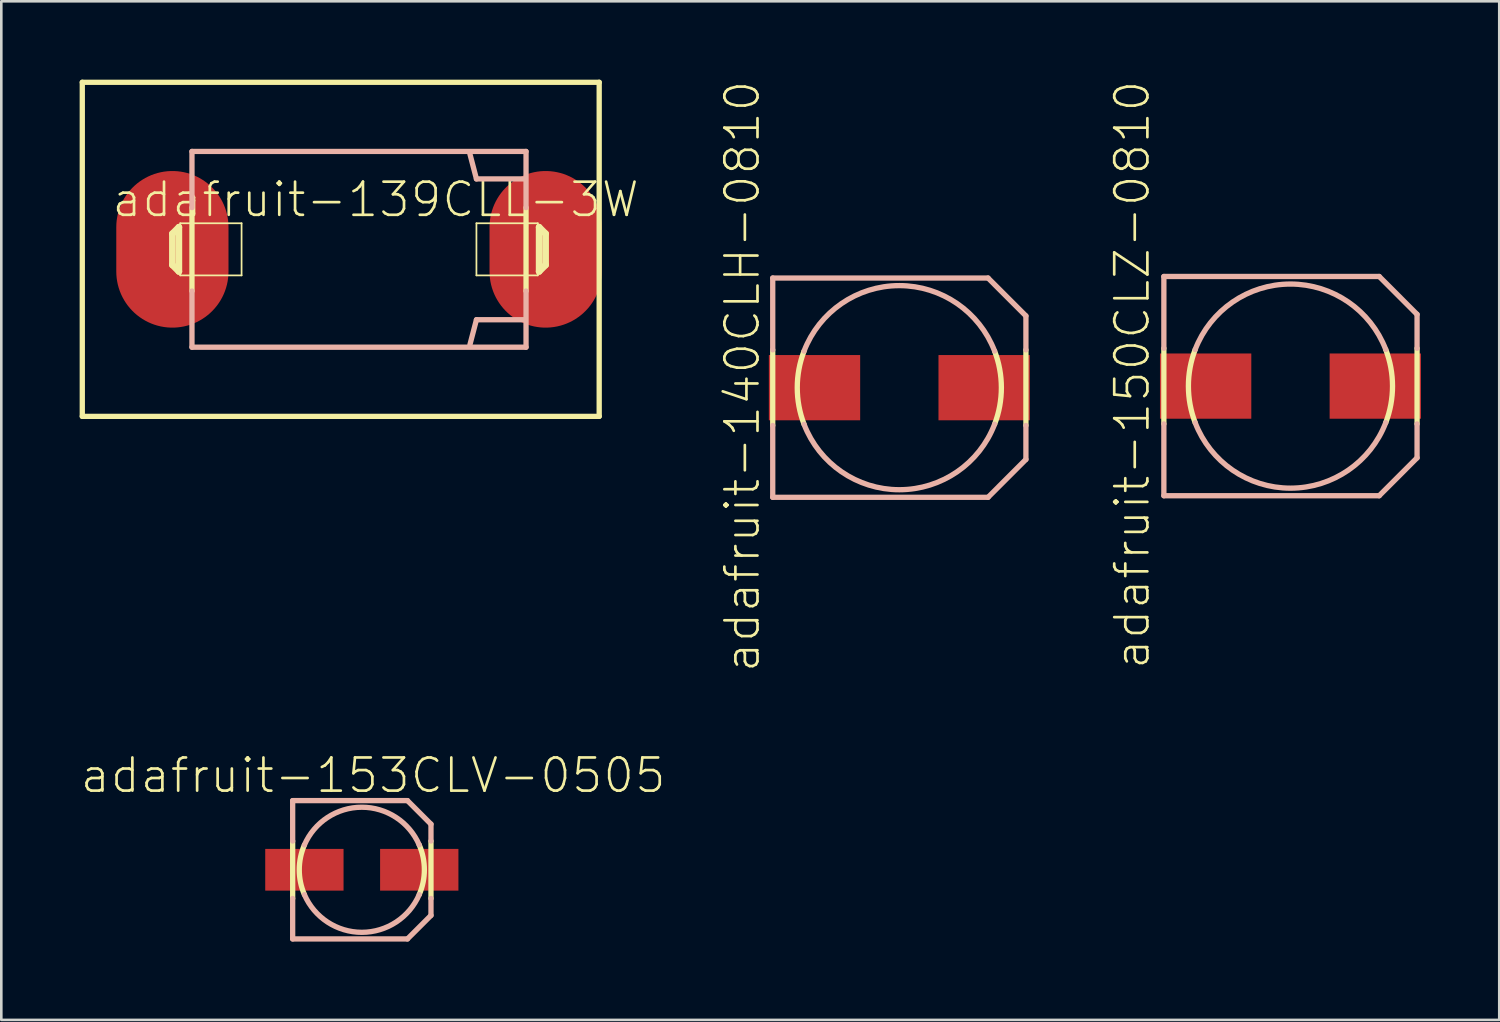
<source format=kicad_pcb>
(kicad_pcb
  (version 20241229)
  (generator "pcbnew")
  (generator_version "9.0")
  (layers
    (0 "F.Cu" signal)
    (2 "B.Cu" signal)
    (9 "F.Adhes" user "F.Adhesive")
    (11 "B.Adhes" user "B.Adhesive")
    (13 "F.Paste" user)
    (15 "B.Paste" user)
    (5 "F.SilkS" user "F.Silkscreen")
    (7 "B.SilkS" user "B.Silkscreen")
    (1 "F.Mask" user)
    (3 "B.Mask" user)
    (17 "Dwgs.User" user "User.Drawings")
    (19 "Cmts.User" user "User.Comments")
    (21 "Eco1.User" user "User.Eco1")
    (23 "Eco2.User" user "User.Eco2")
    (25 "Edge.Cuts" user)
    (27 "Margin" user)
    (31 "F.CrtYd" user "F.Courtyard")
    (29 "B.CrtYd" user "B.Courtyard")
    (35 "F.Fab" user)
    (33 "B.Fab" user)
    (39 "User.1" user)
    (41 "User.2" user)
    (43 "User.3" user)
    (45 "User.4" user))
  (footprint "adafruit-150CLZ-0810"
    (layer "F.Cu")
    (at 46.379 11.739)
    (property "Reference" "adafruit-150CLZ-0810" (at -6.063 -0.434 90) (layer "F.SilkS") (effects (font (size 1.27 1.27) (thickness 0.102))))
    (attr smd)
    (fp_line (start -4.849 1.448) (end -4.849 -1.448) (stroke (width 0.203) (type solid)) (layer "F.SilkS"))
    (fp_line (start 4.849 -1.448) (end 4.849 1.448) (stroke (width 0.203) (type solid)) (layer "F.SilkS"))
    (fp_arc (start -3.64998 1.39954) (mid -3.9091 0.001959) (end -3.651381 -1.395882) (stroke (width 0.2032) (type solid)) (layer "F.SilkS"))
    (fp_arc (start 3.64998 -1.39954) (mid 3.9091 -0.001959) (end 3.651381 1.395882) (stroke (width 0.2032) (type solid)) (layer "F.SilkS"))
    (fp_line (start -4.849 -4.199) (end 3.399 -4.199) (stroke (width 0.203) (type solid)) (layer "B.SilkS"))
    (fp_line (start -4.849 -1.448) (end -4.849 -4.199) (stroke (width 0.203) (type solid)) (layer "B.SilkS"))
    (fp_line (start -4.849 4.199) (end -4.849 1.448) (stroke (width 0.203) (type solid)) (layer "B.SilkS"))
    (fp_line (start 3.399 4.199) (end -4.849 4.199) (stroke (width 0.203) (type solid)) (layer "B.SilkS"))
    (fp_line (start 4.849 -2.748) (end 3.399 -4.199) (stroke (width 0.203) (type solid)) (layer "B.SilkS"))
    (fp_line (start 4.849 -2.748) (end 4.849 -1.448) (stroke (width 0.203) (type solid)) (layer "B.SilkS"))
    (fp_line (start 4.849 1.448) (end 4.849 2.748) (stroke (width 0.203) (type solid)) (layer "B.SilkS"))
    (fp_line (start 4.849 2.748) (end 3.399 4.199) (stroke (width 0.203) (type solid)) (layer "B.SilkS"))
    (fp_arc (start -3.64998 -1.39954) (mid -0.001452 -3.9091) (end 3.648939 -1.402252) (stroke (width 0.2032) (type solid)) (layer "B.SilkS"))
    (fp_arc (start 3.64998 1.39954) (mid 0.001452 3.9091) (end -3.648939 1.402252) (stroke (width 0.2032) (type solid)) (layer "B.SilkS"))
    (pad "+" smd rect (at 3.249 0) (size 3.498 2.499) (layers "F.Cu" "F.Mask" "F.Paste"))
    (pad "-" smd rect (at -3.249 0) (size 3.498 2.499) (layers "F.Cu" "F.Mask" "F.Paste")))
  (footprint "adafruit-140CLH-0810"
    (layer "F.Cu")
    (at 31.397 11.799)
    (property "Reference" "adafruit-140CLH-0810" (at -6.015 -0.434 90) (layer "F.SilkS") (effects (font (size 1.27 1.27) (thickness 0.102))))
    (attr smd)
    (fp_line (start -4.849 1.448) (end -4.849 -1.448) (stroke (width 0.203) (type solid)) (layer "F.SilkS"))
    (fp_line (start 4.849 -1.448) (end 4.849 1.448) (stroke (width 0.203) (type solid)) (layer "F.SilkS"))
    (fp_arc (start -3.64998 1.39954) (mid -3.9091 0.001959) (end -3.651381 -1.395882) (stroke (width 0.2032) (type solid)) (layer "F.SilkS"))
    (fp_arc (start 3.64998 -1.39954) (mid 3.9091 -0.001959) (end 3.651381 1.395882) (stroke (width 0.2032) (type solid)) (layer "F.SilkS"))
    (fp_line (start -4.849 -4.199) (end 3.399 -4.199) (stroke (width 0.203) (type solid)) (layer "B.SilkS"))
    (fp_line (start -4.849 -1.448) (end -4.849 -4.199) (stroke (width 0.203) (type solid)) (layer "B.SilkS"))
    (fp_line (start -4.849 4.199) (end -4.849 1.448) (stroke (width 0.203) (type solid)) (layer "B.SilkS"))
    (fp_line (start 3.399 4.199) (end -4.849 4.199) (stroke (width 0.203) (type solid)) (layer "B.SilkS"))
    (fp_line (start 4.849 -2.748) (end 3.399 -4.199) (stroke (width 0.203) (type solid)) (layer "B.SilkS"))
    (fp_line (start 4.849 -2.748) (end 4.849 -1.448) (stroke (width 0.203) (type solid)) (layer "B.SilkS"))
    (fp_line (start 4.849 1.448) (end 4.849 2.748) (stroke (width 0.203) (type solid)) (layer "B.SilkS"))
    (fp_line (start 4.849 2.748) (end 3.399 4.199) (stroke (width 0.203) (type solid)) (layer "B.SilkS"))
    (fp_arc (start -3.64998 -1.39954) (mid -0.001452 -3.9091) (end 3.648939 -1.402252) (stroke (width 0.2032) (type solid)) (layer "B.SilkS"))
    (fp_arc (start 3.64998 1.39954) (mid 0.001452 3.9091) (end -3.648939 1.402252) (stroke (width 0.2032) (type solid)) (layer "B.SilkS"))
    (pad "+" smd rect (at 3.249 0) (size 3.498 2.499) (layers "F.Cu" "F.Mask" "F.Paste"))
    (pad "-" smd rect (at -3.249 0) (size 3.498 2.499) (layers "F.Cu" "F.Mask" "F.Paste")))
  (footprint "adafruit-153CLV-0505"
    (layer "F.Cu")
    (at 10.809 30.265)
    (property "Reference" "adafruit-153CLV-0505" (at 0.434 -3.614 0) (layer "F.SilkS") (effects (font (size 1.27 1.27) (thickness 0.102))))
    (attr smd)
    (fp_line (start -2.649 1.1) (end -2.649 -1.1) (stroke (width 0.203) (type solid)) (layer "F.SilkS"))
    (fp_line (start 2.649 -1.1) (end 2.649 1.1) (stroke (width 0.203) (type solid)) (layer "F.SilkS"))
    (fp_arc (start -2.19964 0.94996) (mid -2.396005 0.000339) (end -2.199908 -0.949338) (stroke (width 0.2032) (type solid)) (layer "F.SilkS"))
    (fp_arc (start 2.19964 -0.94996) (mid 2.396005 -0.000339) (end 2.199908 0.949338) (stroke (width 0.2032) (type solid)) (layer "F.SilkS"))
    (fp_line (start -2.649 -2.649) (end 1.748 -2.649) (stroke (width 0.203) (type solid)) (layer "B.SilkS"))
    (fp_line (start -2.649 -1.1) (end -2.649 -2.649) (stroke (width 0.203) (type solid)) (layer "B.SilkS"))
    (fp_line (start -2.649 2.649) (end -2.649 1.1) (stroke (width 0.203) (type solid)) (layer "B.SilkS"))
    (fp_line (start 1.748 -2.649) (end 2.649 -1.748) (stroke (width 0.203) (type solid)) (layer "B.SilkS"))
    (fp_line (start 1.748 2.649) (end -2.649 2.649) (stroke (width 0.203) (type solid)) (layer "B.SilkS"))
    (fp_line (start 2.649 -1.748) (end 2.649 -1.1) (stroke (width 0.203) (type solid)) (layer "B.SilkS"))
    (fp_line (start 2.649 1.1) (end 2.649 1.748) (stroke (width 0.203) (type solid)) (layer "B.SilkS"))
    (fp_line (start 2.649 1.748) (end 1.748 2.649) (stroke (width 0.203) (type solid)) (layer "B.SilkS"))
    (fp_arc (start -2.19964 -0.94996) (mid -0.001752 -2.396004) (end 2.198248 -0.953176) (stroke (width 0.2032) (type solid)) (layer "B.SilkS"))
    (fp_arc (start 2.19964 0.94996) (mid 0.001752 2.396004) (end -2.198248 0.953176) (stroke (width 0.2032) (type solid)) (layer "B.SilkS"))
    (pad "+" smd rect (at 2.2 0) (size 3 1.598) (layers "F.Cu" "F.Mask" "F.Paste"))
    (pad "-" smd rect (at -2.2 0) (size 3 1.598) (layers "F.Cu" "F.Mask" "F.Paste")))
  (footprint "adafruit-139CLL-3W"
    (layer "F.Cu")
    (at 10.701 6.5)
    (property "Reference" "adafruit-139CLL-3W" (at 0.635 -1.905 0) (layer "F.SilkS") (effects (font (size 1.27 1.27) (thickness 0.102))))
    (attr smd)
    (fp_line (start -10.599 -6.398) (end -10.599 6.398) (stroke (width 0.203) (type solid)) (layer "F.SilkS"))
    (fp_line (start -10.599 6.398) (end 9.2 6.398) (stroke (width 0.203) (type solid)) (layer "F.SilkS"))
    (fp_line (start -7.148 -0.599) (end -6.899 -0.848) (stroke (width 0.254) (type solid)) (layer "F.SilkS"))
    (fp_line (start -7.148 0.599) (end -7.148 -0.599) (stroke (width 0.254) (type solid)) (layer "F.SilkS"))
    (fp_line (start -6.899 -0.848) (end -6.899 0.848) (stroke (width 0.254) (type solid)) (layer "F.SilkS"))
    (fp_line (start -6.899 0.848) (end -7.148 0.599) (stroke (width 0.254) (type solid)) (layer "F.SilkS"))
    (fp_line (start -6.848 -0.998) (end -4.498 -0.998) (stroke (width 0.066) (type solid)) (layer "F.SilkS"))
    (fp_line (start -6.848 0.998) (end -6.848 -0.998) (stroke (width 0.066) (type solid)) (layer "F.SilkS"))
    (fp_line (start -6.848 0.998) (end -4.498 0.998) (stroke (width 0.066) (type solid)) (layer "F.SilkS"))
    (fp_line (start -6.398 1.598) (end -6.398 -1.598) (stroke (width 0.203) (type solid)) (layer "F.SilkS"))
    (fp_line (start -4.498 0.998) (end -4.498 -0.998) (stroke (width 0.066) (type solid)) (layer "F.SilkS"))
    (fp_line (start 4.498 -0.998) (end 6.848 -0.998) (stroke (width 0.066) (type solid)) (layer "F.SilkS"))
    (fp_line (start 4.498 0.998) (end 4.498 -0.998) (stroke (width 0.066) (type solid)) (layer "F.SilkS"))
    (fp_line (start 4.498 0.998) (end 6.848 0.998) (stroke (width 0.066) (type solid)) (layer "F.SilkS"))
    (fp_line (start 6.398 -1.598) (end 6.398 1.598) (stroke (width 0.203) (type solid)) (layer "F.SilkS"))
    (fp_line (start 6.848 0.998) (end 6.848 -0.998) (stroke (width 0.066) (type solid)) (layer "F.SilkS"))
    (fp_line (start 6.899 -0.848) (end 7.148 -0.599) (stroke (width 0.254) (type solid)) (layer "F.SilkS"))
    (fp_line (start 6.899 0.848) (end 6.899 -0.848) (stroke (width 0.254) (type solid)) (layer "F.SilkS"))
    (fp_line (start 7.148 -0.599) (end 7.148 0.599) (stroke (width 0.254) (type solid)) (layer "F.SilkS"))
    (fp_line (start 7.148 0.599) (end 6.899 0.848) (stroke (width 0.254) (type solid)) (layer "F.SilkS"))
    (fp_line (start 9.2 -6.398) (end -10.599 -6.398) (stroke (width 0.203) (type solid)) (layer "F.SilkS"))
    (fp_line (start 9.2 6.398) (end 9.2 -6.398) (stroke (width 0.203) (type solid)) (layer "F.SilkS"))
    (fp_line (start -6.398 -3.749) (end 6.398 -3.749) (stroke (width 0.203) (type solid)) (layer "B.SilkS"))
    (fp_line (start -6.398 -1.598) (end -6.398 -3.749) (stroke (width 0.203) (type solid)) (layer "B.SilkS"))
    (fp_line (start -6.398 3.749) (end -6.398 1.598) (stroke (width 0.203) (type solid)) (layer "B.SilkS"))
    (fp_line (start 4.498 -2.697) (end 4.249 -3.65) (stroke (width 0.203) (type solid)) (layer "B.SilkS"))
    (fp_line (start 4.498 2.697) (end 4.249 3.65) (stroke (width 0.203) (type solid)) (layer "B.SilkS"))
    (fp_line (start 6.35 -2.697) (end 4.498 -2.697) (stroke (width 0.203) (type solid)) (layer "B.SilkS"))
    (fp_line (start 6.35 2.697) (end 4.498 2.697) (stroke (width 0.203) (type solid)) (layer "B.SilkS"))
    (fp_line (start 6.398 -3.749) (end 6.398 -1.598) (stroke (width 0.203) (type solid)) (layer "B.SilkS"))
    (fp_line (start 6.398 1.598) (end 6.398 3.749) (stroke (width 0.203) (type solid)) (layer "B.SilkS"))
    (fp_line (start 6.398 3.749) (end -6.398 3.749) (stroke (width 0.203) (type solid)) (layer "B.SilkS"))
    (pad "+" smd oval (at 7.148 0) (size 4.298 5.999) (layers "F.Cu" "F.Mask" "F.Paste"))
    (pad "-" smd oval (at -7.148 0) (size 4.298 5.999) (layers "F.Cu" "F.Mask" "F.Paste")))
  (gr_rect
    (start -3 -3)
    (end 54.376 36.016)
    (stroke (width 0.1) (type default))
    (fill no)
    (layer "Edge.Cuts")))
</source>
